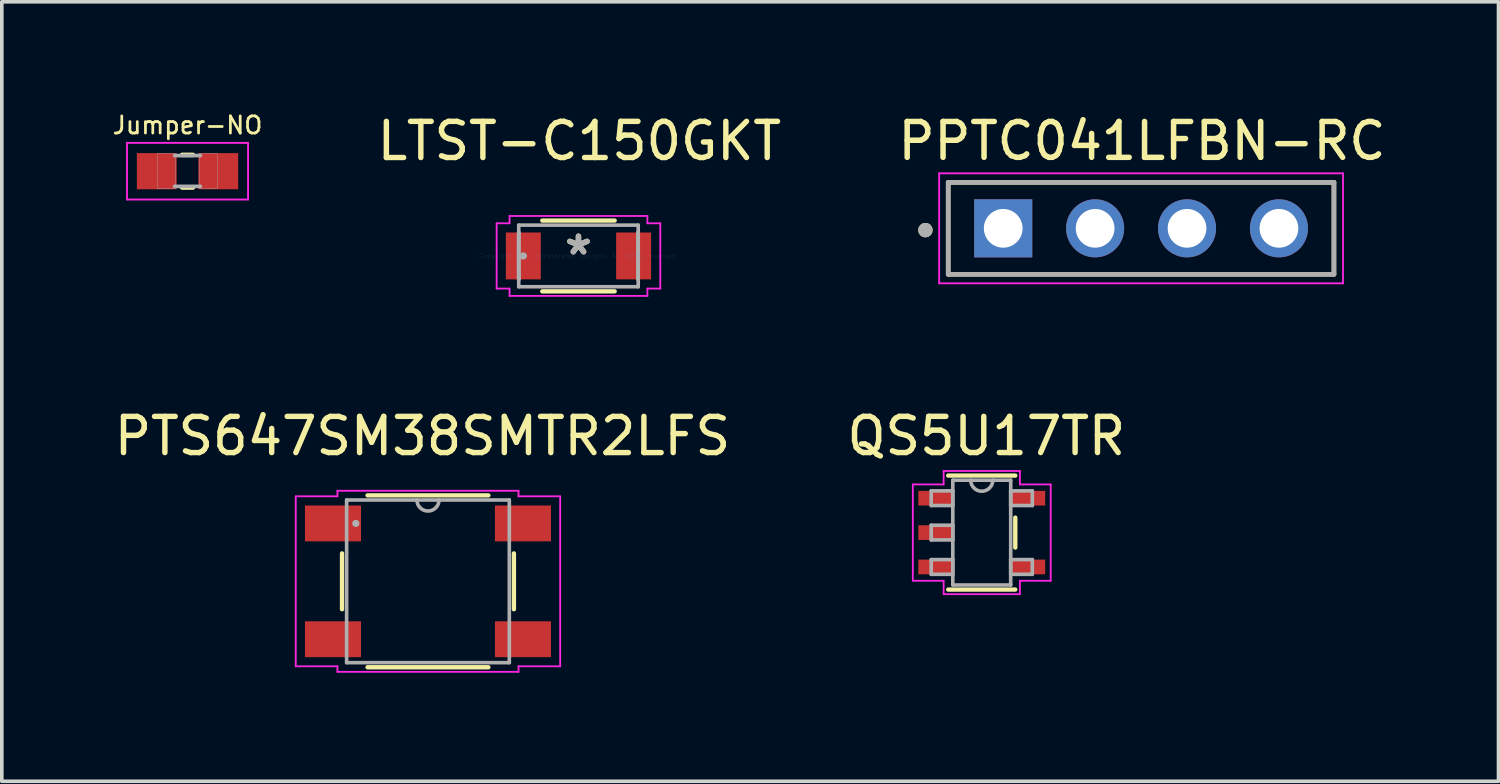
<source format=kicad_pcb>
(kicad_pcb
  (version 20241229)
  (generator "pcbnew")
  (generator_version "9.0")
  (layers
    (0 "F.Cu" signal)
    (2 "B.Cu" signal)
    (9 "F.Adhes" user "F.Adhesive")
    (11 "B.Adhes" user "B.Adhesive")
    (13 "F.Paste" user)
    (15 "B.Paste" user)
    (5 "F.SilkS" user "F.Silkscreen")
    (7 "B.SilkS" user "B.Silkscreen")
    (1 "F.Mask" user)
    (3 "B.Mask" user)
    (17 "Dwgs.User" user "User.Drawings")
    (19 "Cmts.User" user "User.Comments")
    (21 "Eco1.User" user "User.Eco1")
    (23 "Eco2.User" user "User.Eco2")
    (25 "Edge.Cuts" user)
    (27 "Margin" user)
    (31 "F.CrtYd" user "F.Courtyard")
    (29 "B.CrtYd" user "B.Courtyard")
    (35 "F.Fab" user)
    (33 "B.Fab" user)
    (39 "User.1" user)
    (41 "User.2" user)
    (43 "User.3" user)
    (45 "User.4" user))
  (footprint "PPTC041LFBN-RC"
    (layer "F.Cu")
    (at 28.484 3.26)
    (property "Reference" "PPTC041LFBN-RC" (at 0.025 -2.413 0) (layer "F.SilkS") (effects (font (size 0.991 0.991) (thickness 0.152))))
    (attr through_hole)
    (fp_line (start -5.33 -1.27) (end -5.33 1.27) (stroke (width 0.127) (type solid)) (layer "F.SilkS"))
    (fp_line (start -5.33 1.27) (end 5.33 1.27) (stroke (width 0.127) (type solid)) (layer "F.SilkS"))
    (fp_line (start 5.33 -1.27) (end -5.33 -1.27) (stroke (width 0.127) (type solid)) (layer "F.SilkS"))
    (fp_line (start 5.33 1.27) (end 5.33 -1.27) (stroke (width 0.127) (type solid)) (layer "F.SilkS"))
    (fp_circle (center -5.96 0.05) (end -5.86 0.05) (stroke (width 0.2) (type solid)) (fill no) (layer "F.SilkS"))
    (fp_line (start -5.58 -1.52) (end -5.58 1.52) (stroke (width 0.05) (type solid)) (layer "F.CrtYd"))
    (fp_line (start -5.58 1.52) (end 5.58 1.52) (stroke (width 0.05) (type solid)) (layer "F.CrtYd"))
    (fp_line (start 5.58 -1.52) (end -5.58 -1.52) (stroke (width 0.05) (type solid)) (layer "F.CrtYd"))
    (fp_line (start 5.58 1.52) (end 5.58 -1.52) (stroke (width 0.05) (type solid)) (layer "F.CrtYd"))
    (fp_line (start -5.33 -1.27) (end -5.33 1.27) (stroke (width 0.127) (type solid)) (layer "F.Fab"))
    (fp_line (start -5.33 1.27) (end 5.33 1.27) (stroke (width 0.127) (type solid)) (layer "F.Fab"))
    (fp_line (start 5.33 -1.27) (end -5.33 -1.27) (stroke (width 0.127) (type solid)) (layer "F.Fab"))
    (fp_line (start 5.33 1.27) (end 5.33 -1.27) (stroke (width 0.127) (type solid)) (layer "F.Fab"))
    (fp_circle (center -5.96 0.05) (end -5.86 0.05) (stroke (width 0.2) (type solid)) (fill no) (layer "F.Fab"))
    (pad "1" thru_hole rect (at -3.81 0) (size 1.605 1.605) (drill 1.07) (layers "*.Cu" "*.Mask"))
    (pad "2" thru_hole circle (at -1.27 0) (size 1.605 1.605) (drill 1.07) (layers "*.Cu" "*.Mask"))
    (pad "3" thru_hole circle (at 1.27 0) (size 1.605 1.605) (drill 1.07) (layers "*.Cu" "*.Mask"))
    (pad "4" thru_hole circle (at 3.81 0) (size 1.605 1.605) (drill 1.07) (layers "*.Cu" "*.Mask")))
  (footprint "QS5U17TR"
    (layer "F.Cu")
    (at 24.081 11.668)
    (property "Reference" "QS5U17TR" (at 0.127 -2.667 0) (layer "F.SilkS") (effects (font (size 1 1) (thickness 0.15))))
    (attr through_hole)
    (fp_line (start -0.927 1.575) (end 0.927 1.575) (stroke (width 0.12) (type solid)) (layer "F.SilkS"))
    (fp_line (start 0.927 -1.575) (end -0.927 -1.575) (stroke (width 0.12) (type solid)) (layer "F.SilkS"))
    (fp_line (start 0.927 0.414) (end 0.927 -0.414) (stroke (width 0.12) (type solid)) (layer "F.SilkS"))
    (fp_line (start -1.905 -1.331) (end -1.054 -1.331) (stroke (width 0.05) (type solid)) (layer "F.CrtYd"))
    (fp_line (start -1.905 1.331) (end -1.905 -1.331) (stroke (width 0.05) (type solid)) (layer "F.CrtYd"))
    (fp_line (start -1.054 -1.702) (end 1.054 -1.702) (stroke (width 0.05) (type solid)) (layer "F.CrtYd"))
    (fp_line (start -1.054 -1.331) (end -1.054 -1.702) (stroke (width 0.05) (type solid)) (layer "F.CrtYd"))
    (fp_line (start -1.054 1.331) (end -1.905 1.331) (stroke (width 0.05) (type solid)) (layer "F.CrtYd"))
    (fp_line (start -1.054 1.702) (end -1.054 1.331) (stroke (width 0.05) (type solid)) (layer "F.CrtYd"))
    (fp_line (start 1.054 -1.702) (end 1.054 -1.331) (stroke (width 0.05) (type solid)) (layer "F.CrtYd"))
    (fp_line (start 1.054 -1.331) (end 1.905 -1.331) (stroke (width 0.05) (type solid)) (layer "F.CrtYd"))
    (fp_line (start 1.054 1.331) (end 1.054 1.702) (stroke (width 0.05) (type solid)) (layer "F.CrtYd"))
    (fp_line (start 1.054 1.702) (end -1.054 1.702) (stroke (width 0.05) (type solid)) (layer "F.CrtYd"))
    (fp_line (start 1.905 -1.331) (end 1.905 1.331) (stroke (width 0.05) (type solid)) (layer "F.CrtYd"))
    (fp_line (start 1.905 1.331) (end 1.054 1.331) (stroke (width 0.05) (type solid)) (layer "F.CrtYd"))
    (fp_line (start -1.397 -1.153) (end -1.397 -0.747) (stroke (width 0.1) (type solid)) (layer "F.Fab"))
    (fp_line (start -1.397 -0.747) (end -0.8 -0.747) (stroke (width 0.1) (type solid)) (layer "F.Fab"))
    (fp_line (start -1.397 -0.203) (end -1.397 0.203) (stroke (width 0.1) (type solid)) (layer "F.Fab"))
    (fp_line (start -1.397 0.203) (end -0.8 0.203) (stroke (width 0.1) (type solid)) (layer "F.Fab"))
    (fp_line (start -1.397 0.747) (end -1.397 1.153) (stroke (width 0.1) (type solid)) (layer "F.Fab"))
    (fp_line (start -1.397 1.153) (end -0.8 1.153) (stroke (width 0.1) (type solid)) (layer "F.Fab"))
    (fp_line (start -0.8 -1.448) (end -0.8 1.448) (stroke (width 0.1) (type solid)) (layer "F.Fab"))
    (fp_line (start -0.8 -1.153) (end -1.397 -1.153) (stroke (width 0.1) (type solid)) (layer "F.Fab"))
    (fp_line (start -0.8 -0.747) (end -0.8 -1.153) (stroke (width 0.1) (type solid)) (layer "F.Fab"))
    (fp_line (start -0.8 -0.203) (end -1.397 -0.203) (stroke (width 0.1) (type solid)) (layer "F.Fab"))
    (fp_line (start -0.8 0.203) (end -0.8 -0.203) (stroke (width 0.1) (type solid)) (layer "F.Fab"))
    (fp_line (start -0.8 0.747) (end -1.397 0.747) (stroke (width 0.1) (type solid)) (layer "F.Fab"))
    (fp_line (start -0.8 1.153) (end -0.8 0.747) (stroke (width 0.1) (type solid)) (layer "F.Fab"))
    (fp_line (start -0.8 1.448) (end 0.8 1.448) (stroke (width 0.1) (type solid)) (layer "F.Fab"))
    (fp_line (start 0.8 -1.448) (end -0.8 -1.448) (stroke (width 0.1) (type solid)) (layer "F.Fab"))
    (fp_line (start 0.8 -1.153) (end 0.8 -0.747) (stroke (width 0.1) (type solid)) (layer "F.Fab"))
    (fp_line (start 0.8 -0.747) (end 1.397 -0.747) (stroke (width 0.1) (type solid)) (layer "F.Fab"))
    (fp_line (start 0.8 0.747) (end 0.8 1.153) (stroke (width 0.1) (type solid)) (layer "F.Fab"))
    (fp_line (start 0.8 1.153) (end 1.397 1.153) (stroke (width 0.1) (type solid)) (layer "F.Fab"))
    (fp_line (start 0.8 1.448) (end 0.8 -1.448) (stroke (width 0.1) (type solid)) (layer "F.Fab"))
    (fp_line (start 1.397 -1.153) (end 0.8 -1.153) (stroke (width 0.1) (type solid)) (layer "F.Fab"))
    (fp_line (start 1.397 -0.747) (end 1.397 -1.153) (stroke (width 0.1) (type solid)) (layer "F.Fab"))
    (fp_line (start 1.397 0.747) (end 0.8 0.747) (stroke (width 0.1) (type solid)) (layer "F.Fab"))
    (fp_line (start 1.397 1.153) (end 1.397 0.747) (stroke (width 0.1) (type solid)) (layer "F.Fab"))
    (fp_arc (start 0.3048 -1.4478) (mid 0 -1.143) (end -0.3048 -1.4478) (stroke (width 0.1) (type solid)) (layer "F.Fab"))
    (pad "1" smd rect (at -1.276 -0.95) (size 0.953 0.406) (layers "F.Cu" "F.Mask" "F.Paste"))
    (pad "2" smd rect (at -1.276 0) (size 0.953 0.406) (layers "F.Cu" "F.Mask" "F.Paste"))
    (pad "3" smd rect (at -1.276 0.95) (size 0.953 0.406) (layers "F.Cu" "F.Mask" "F.Paste"))
    (pad "4" smd rect (at 1.276 0.95) (size 0.953 0.406) (layers "F.Cu" "F.Mask" "F.Paste"))
    (pad "5" smd rect (at 1.276 -0.95) (size 0.953 0.406) (layers "F.Cu" "F.Mask" "F.Paste")))
  (footprint "LTST-C150GKT"
    (layer "F.Cu")
    (at 12.936 4.023)
    (property "Reference" "LTST-C150GKT" (at 0.025 -3.175 0) (layer "F.SilkS") (effects (font (size 1 1) (thickness 0.15))))
    (attr through_hole)
    (fp_line (start -1 0.978) (end 1 0.978) (stroke (width 0.12) (type solid)) (layer "F.SilkS"))
    (fp_line (start 1 -0.978) (end -1 -0.978) (stroke (width 0.12) (type solid)) (layer "F.SilkS"))
    (fp_line (start -2.261 -0.902) (end -1.905 -0.902) (stroke (width 0.05) (type solid)) (layer "F.CrtYd"))
    (fp_line (start -2.261 0.902) (end -2.261 -0.902) (stroke (width 0.05) (type solid)) (layer "F.CrtYd"))
    (fp_line (start -1.905 -1.105) (end 1.905 -1.105) (stroke (width 0.05) (type solid)) (layer "F.CrtYd"))
    (fp_line (start -1.905 -0.902) (end -1.905 -1.105) (stroke (width 0.05) (type solid)) (layer "F.CrtYd"))
    (fp_line (start -1.905 0.902) (end -2.261 0.902) (stroke (width 0.05) (type solid)) (layer "F.CrtYd"))
    (fp_line (start -1.905 1.105) (end -1.905 0.902) (stroke (width 0.05) (type solid)) (layer "F.CrtYd"))
    (fp_line (start 1.905 -1.105) (end 1.905 -0.902) (stroke (width 0.05) (type solid)) (layer "F.CrtYd"))
    (fp_line (start 1.905 -0.902) (end 2.261 -0.902) (stroke (width 0.05) (type solid)) (layer "F.CrtYd"))
    (fp_line (start 1.905 0.902) (end 1.905 1.105) (stroke (width 0.05) (type solid)) (layer "F.CrtYd"))
    (fp_line (start 1.905 1.105) (end -1.905 1.105) (stroke (width 0.05) (type solid)) (layer "F.CrtYd"))
    (fp_line (start 2.261 -0.902) (end 2.261 0.902) (stroke (width 0.05) (type solid)) (layer "F.CrtYd"))
    (fp_line (start 2.261 0.902) (end 1.905 0.902) (stroke (width 0.05) (type solid)) (layer "F.CrtYd"))
    (fp_line (start -1.651 -0.851) (end -1.651 0.851) (stroke (width 0.1) (type solid)) (layer "F.Fab"))
    (fp_line (start -1.651 -0.648) (end -1.651 -0.648) (stroke (width 0.1) (type solid)) (layer "F.Fab"))
    (fp_line (start -1.651 -0.648) (end -1.651 0.648) (stroke (width 0.1) (type solid)) (layer "F.Fab"))
    (fp_line (start -1.651 0.648) (end -1.651 -0.648) (stroke (width 0.1) (type solid)) (layer "F.Fab"))
    (fp_line (start -1.651 0.648) (end -1.651 0.648) (stroke (width 0.1) (type solid)) (layer "F.Fab"))
    (fp_line (start -1.651 0.851) (end 1.651 0.851) (stroke (width 0.1) (type solid)) (layer "F.Fab"))
    (fp_line (start 1.651 -0.851) (end -1.651 -0.851) (stroke (width 0.1) (type solid)) (layer "F.Fab"))
    (fp_line (start 1.651 -0.648) (end 1.651 -0.648) (stroke (width 0.1) (type solid)) (layer "F.Fab"))
    (fp_line (start 1.651 -0.648) (end 1.651 0.648) (stroke (width 0.1) (type solid)) (layer "F.Fab"))
    (fp_line (start 1.651 0.648) (end 1.651 -0.648) (stroke (width 0.1) (type solid)) (layer "F.Fab"))
    (fp_line (start 1.651 0.648) (end 1.651 0.648) (stroke (width 0.1) (type solid)) (layer "F.Fab"))
    (fp_line (start 1.651 0.851) (end 1.651 -0.851) (stroke (width 0.1) (type solid)) (layer "F.Fab"))
    (fp_circle (center -1.524 0) (end -1.524 0) (stroke (width 0.1) (type solid)) (fill no) (layer "F.Fab"))
    (fp_text user "*" (at 0 0 0) (layer "F.SilkS") (effects (font (size 1 1) (thickness 0.15))))
    (fp_text user "Copyright 2021 Accelerated Designs. All rights reserved." (at 0 0 0) (layer "Cmts.User") (effects (font (size 0.127 0.127) (thickness 0.002))))
    (fp_text user "*" (at 0 0 0) (layer "F.Fab") (effects (font (size 1 1) (thickness 0.15))))
    (pad "1" smd rect (at -1.524 0) (size 0.965 1.295) (layers "F.Cu" "F.Mask" "F.Paste"))
    (pad "2" smd rect (at 1.524 0) (size 0.965 1.295) (layers "F.Cu" "F.Mask" "F.Paste")))
  (footprint "PTS647SM38SMTR2LFS"
    (layer "F.Cu")
    (at 8.777 13.015)
    (property "Reference" "PTS647SM38SMTR2LFS" (at -0.152 -4.013 0) (layer "F.SilkS") (effects (font (size 1 1) (thickness 0.15))))
    (attr through_hole)
    (fp_line (start -2.375 -0.772) (end -2.375 0.772) (stroke (width 0.12) (type solid)) (layer "F.SilkS"))
    (fp_line (start -1.67 2.375) (end 1.67 2.375) (stroke (width 0.12) (type solid)) (layer "F.SilkS"))
    (fp_line (start 1.67 -2.375) (end -1.67 -2.375) (stroke (width 0.12) (type solid)) (layer "F.SilkS"))
    (fp_line (start 2.375 0.772) (end 2.375 -0.772) (stroke (width 0.12) (type solid)) (layer "F.SilkS"))
    (fp_line (start -3.654 -2.349) (end -2.502 -2.349) (stroke (width 0.05) (type solid)) (layer "F.CrtYd"))
    (fp_line (start -3.654 2.349) (end -3.654 -2.349) (stroke (width 0.05) (type solid)) (layer "F.CrtYd"))
    (fp_line (start -2.502 -2.502) (end 2.502 -2.502) (stroke (width 0.05) (type solid)) (layer "F.CrtYd"))
    (fp_line (start -2.502 -2.349) (end -2.502 -2.502) (stroke (width 0.05) (type solid)) (layer "F.CrtYd"))
    (fp_line (start -2.502 2.349) (end -3.654 2.349) (stroke (width 0.05) (type solid)) (layer "F.CrtYd"))
    (fp_line (start -2.502 2.502) (end -2.502 2.349) (stroke (width 0.05) (type solid)) (layer "F.CrtYd"))
    (fp_line (start 2.502 -2.502) (end 2.502 -2.349) (stroke (width 0.05) (type solid)) (layer "F.CrtYd"))
    (fp_line (start 2.502 -2.349) (end 3.654 -2.349) (stroke (width 0.05) (type solid)) (layer "F.CrtYd"))
    (fp_line (start 2.502 2.349) (end 2.502 2.502) (stroke (width 0.05) (type solid)) (layer "F.CrtYd"))
    (fp_line (start 2.502 2.502) (end -2.502 2.502) (stroke (width 0.05) (type solid)) (layer "F.CrtYd"))
    (fp_line (start 3.654 -2.349) (end 3.654 2.349) (stroke (width 0.05) (type solid)) (layer "F.CrtYd"))
    (fp_line (start 3.654 2.349) (end 2.502 2.349) (stroke (width 0.05) (type solid)) (layer "F.CrtYd"))
    (fp_line (start -2.248 -2.248) (end -2.248 2.248) (stroke (width 0.1) (type solid)) (layer "F.Fab"))
    (fp_line (start -2.248 2.248) (end 2.248 2.248) (stroke (width 0.1) (type solid)) (layer "F.Fab"))
    (fp_line (start 2.248 -2.248) (end -2.248 -2.248) (stroke (width 0.1) (type solid)) (layer "F.Fab"))
    (fp_line (start 2.248 2.248) (end 2.248 -2.248) (stroke (width 0.1) (type solid)) (layer "F.Fab"))
    (fp_arc (start 0.3048 -2.2479) (mid 0 -1.9431) (end -0.3048 -2.2479) (stroke (width 0.1) (type solid)) (layer "F.Fab"))
    (fp_circle (center -1.994 -1.6) (end -1.994 -1.6) (stroke (width 0.1) (type solid)) (fill no) (layer "F.Fab"))
    (pad "1" smd rect (at -2.625 -1.6) (size 1.549 0.991) (layers "F.Cu" "F.Mask" "F.Paste"))
    (pad "2" smd rect (at 2.625 -1.6) (size 1.549 0.991) (layers "F.Cu" "F.Mask" "F.Paste"))
    (pad "3" smd rect (at -2.625 1.6) (size 1.549 0.991) (layers "F.Cu" "F.Mask" "F.Paste"))
    (pad "4" smd rect (at 2.625 1.6) (size 1.549 0.991) (layers "F.Cu" "F.Mask" "F.Paste")))
  (footprint "Jumper-NO"
    (layer "F.Cu")
    (at 2.132 1.681)
    (property "Reference" "Jumper-NO" (at 0 -1.27 0) (layer "F.SilkS") (effects (font (size 0.474 0.474) (thickness 0.076))))
    (attr through_hole)
    (fp_line (start -0.15 -0.45) (end 0.15 -0.45) (stroke (width 0.127) (type solid)) (layer "F.SilkS"))
    (fp_line (start -0.15 0.45) (end 0.15 0.45) (stroke (width 0.127) (type solid)) (layer "F.SilkS"))
    (fp_line (start -1.673 -0.783) (end 1.673 -0.783) (stroke (width 0.051) (type solid)) (layer "F.CrtYd"))
    (fp_line (start -1.673 0.783) (end -1.673 -0.783) (stroke (width 0.051) (type solid)) (layer "F.CrtYd"))
    (fp_line (start 1.673 -0.783) (end 1.673 0.783) (stroke (width 0.051) (type solid)) (layer "F.CrtYd"))
    (fp_line (start 1.673 0.783) (end -1.673 0.783) (stroke (width 0.051) (type solid)) (layer "F.CrtYd"))
    (fp_line (start -0.356 -0.432) (end 0.356 -0.432) (stroke (width 0.102) (type solid)) (layer "F.Fab"))
    (fp_line (start -0.356 0.419) (end 0.356 0.419) (stroke (width 0.102) (type solid)) (layer "F.Fab"))
    (fp_poly (pts (xy -0.839 -0.48) (xy -0.338 -0.48) (xy -0.338 0.47) (xy -0.839 0.47)) (stroke (width 0.01) (type solid)) (fill no) (layer "F.Fab"))
    (fp_poly (pts (xy 0.331 -0.48) (xy 0.83 -0.48) (xy 0.83 0.471) (xy 0.331 0.471)) (stroke (width 0.01) (type solid)) (fill no) (layer "F.Fab"))
    (pad "1" smd rect (at -0.85 0) (size 1.1 1) (layers "F.Cu" "F.Mask" "F.Paste"))
    (pad "2" smd rect (at 0.85 0) (size 1.1 1) (layers "F.Cu" "F.Mask" "F.Paste")))
  (gr_rect
    (start -3 -3)
    (end 38.361 18.541)
    (stroke (width 0.1) (type default))
    (fill no)
    (layer "Edge.Cuts")))
</source>
